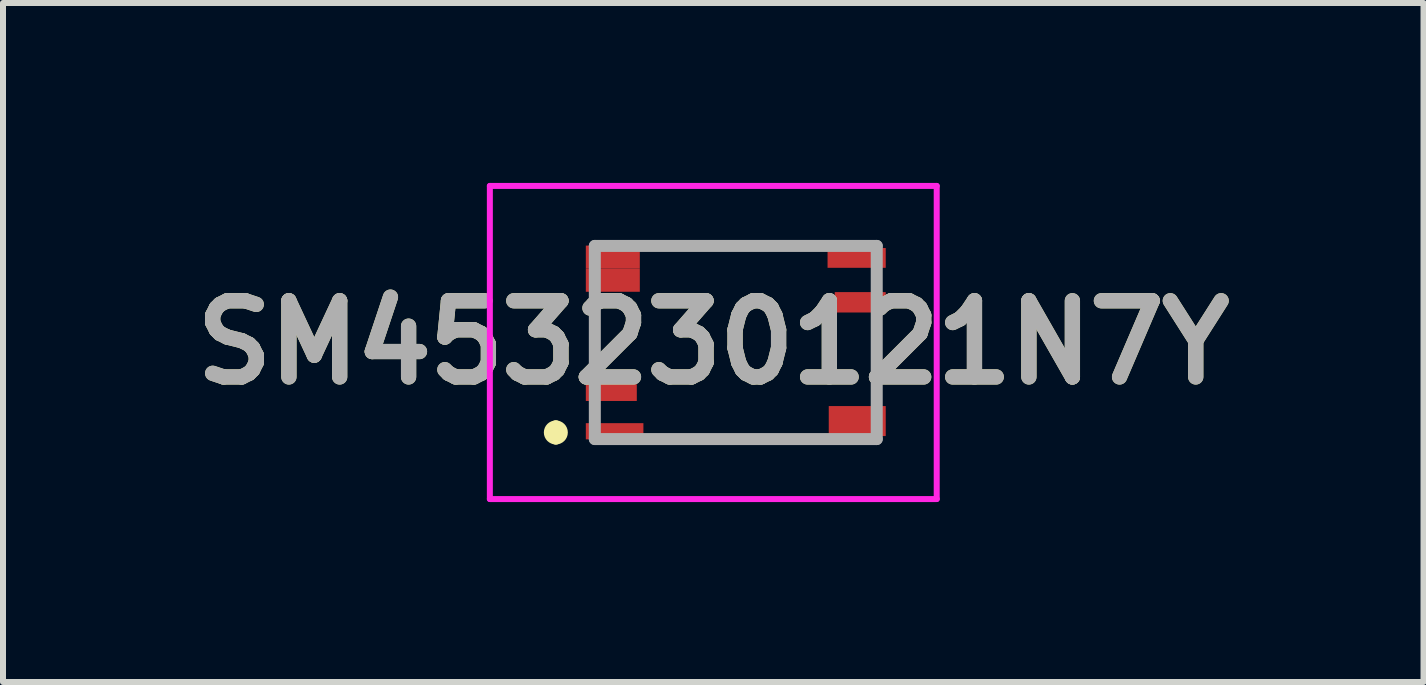
<source format=kicad_pcb>
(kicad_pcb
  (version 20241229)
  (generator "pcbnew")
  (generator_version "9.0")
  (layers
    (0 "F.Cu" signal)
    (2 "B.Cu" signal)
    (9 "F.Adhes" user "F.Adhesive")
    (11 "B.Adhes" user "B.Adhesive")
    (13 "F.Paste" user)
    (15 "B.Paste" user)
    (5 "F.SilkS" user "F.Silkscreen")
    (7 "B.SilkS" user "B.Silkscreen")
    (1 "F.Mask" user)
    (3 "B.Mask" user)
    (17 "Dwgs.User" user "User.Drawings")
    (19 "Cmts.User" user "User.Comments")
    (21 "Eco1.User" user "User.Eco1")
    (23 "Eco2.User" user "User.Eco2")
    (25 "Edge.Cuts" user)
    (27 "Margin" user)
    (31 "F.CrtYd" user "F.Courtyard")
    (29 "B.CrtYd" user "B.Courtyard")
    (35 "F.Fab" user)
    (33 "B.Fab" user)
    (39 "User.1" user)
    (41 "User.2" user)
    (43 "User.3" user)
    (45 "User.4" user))
  (footprint "SM453230121N7Y"
    (layer "F.Cu")
    (at 9.217 2.66)
    (property "Reference" "SM453230121N7Y" (at -0.375 0 0) (layer "F.SilkS") (effects (font (size 1.27 1.27) (thickness 0.254))))
    (attr smd)
    (fp_line (start -3 1.4) (end -3 1.4) (stroke (width 0.2) (type solid)) (layer "F.SilkS"))
    (fp_line (start -3 1.6) (end -3 1.6) (stroke (width 0.2) (type solid)) (layer "F.SilkS"))
    (fp_arc (start -3 1.4) (mid -2.9 1.5) (end -3 1.6) (stroke (width 0.2) (type solid)) (layer "F.SilkS"))
    (fp_arc (start -3 1.6) (mid -3.1 1.5) (end -3 1.4) (stroke (width 0.2) (type solid)) (layer "F.SilkS"))
    (fp_line (start -4.1 -2.61) (end 3.35 -2.61) (stroke (width 0.1) (type solid)) (layer "F.CrtYd"))
    (fp_line (start -4.1 2.61) (end -4.1 -2.61) (stroke (width 0.1) (type solid)) (layer "F.CrtYd"))
    (fp_line (start 3.35 -2.61) (end 3.35 2.61) (stroke (width 0.1) (type solid)) (layer "F.CrtYd"))
    (fp_line (start 3.35 2.61) (end -4.1 2.61) (stroke (width 0.1) (type solid)) (layer "F.CrtYd"))
    (fp_line (start -2.35 -1.61) (end -2.35 1.61) (stroke (width 0.2) (type solid)) (layer "F.Fab"))
    (fp_line (start -2.35 1.61) (end 2.35 1.61) (stroke (width 0.2) (type solid)) (layer "F.Fab"))
    (fp_line (start 2.35 -1.61) (end -2.35 -1.61) (stroke (width 0.2) (type solid)) (layer "F.Fab"))
    (fp_line (start 2.35 1.61) (end 2.35 -1.61) (stroke (width 0.2) (type solid)) (layer "F.Fab"))
    (fp_text user "${REFERENCE}" (at -0.375 0 0) (layer "F.Fab") (effects (font (size 1.27 1.27) (thickness 0.254))))
    (pad "1" smd rect (at -2.02 1.48 90) (size 0.27 0.96) (layers "F.Cu" "F.Mask" "F.Paste"))
    (pad "2" smd rect (at -2.075 0.835 90) (size 0.28 0.85) (layers "F.Cu" "F.Mask" "F.Paste"))
    (pad "3" smd rect (at -2.05 -1.038 90) (size 0.385 0.9) (layers "F.Cu" "F.Mask" "F.Paste"))
    (pad "4" smd rect (at -2.05 -1.423 90) (size 0.385 0.9) (layers "F.Cu" "F.Mask" "F.Paste"))
    (pad "5" smd rect (at 2.025 1.31 90) (size 0.5 0.95) (layers "F.Cu" "F.Mask" "F.Paste"))
    (pad "6" smd rect (at 2.075 -0.67 90) (size 0.34 0.85) (layers "F.Cu" "F.Mask" "F.Paste"))
    (pad "7" smd rect (at 2.015 -1.41 90) (size 0.33 0.97) (layers "F.Cu" "F.Mask" "F.Paste")))
  (gr_rect
    (start -3 -3)
    (end 20.683 8.32)
    (stroke (width 0.1) (type default))
    (fill no)
    (layer "Edge.Cuts")))
</source>
